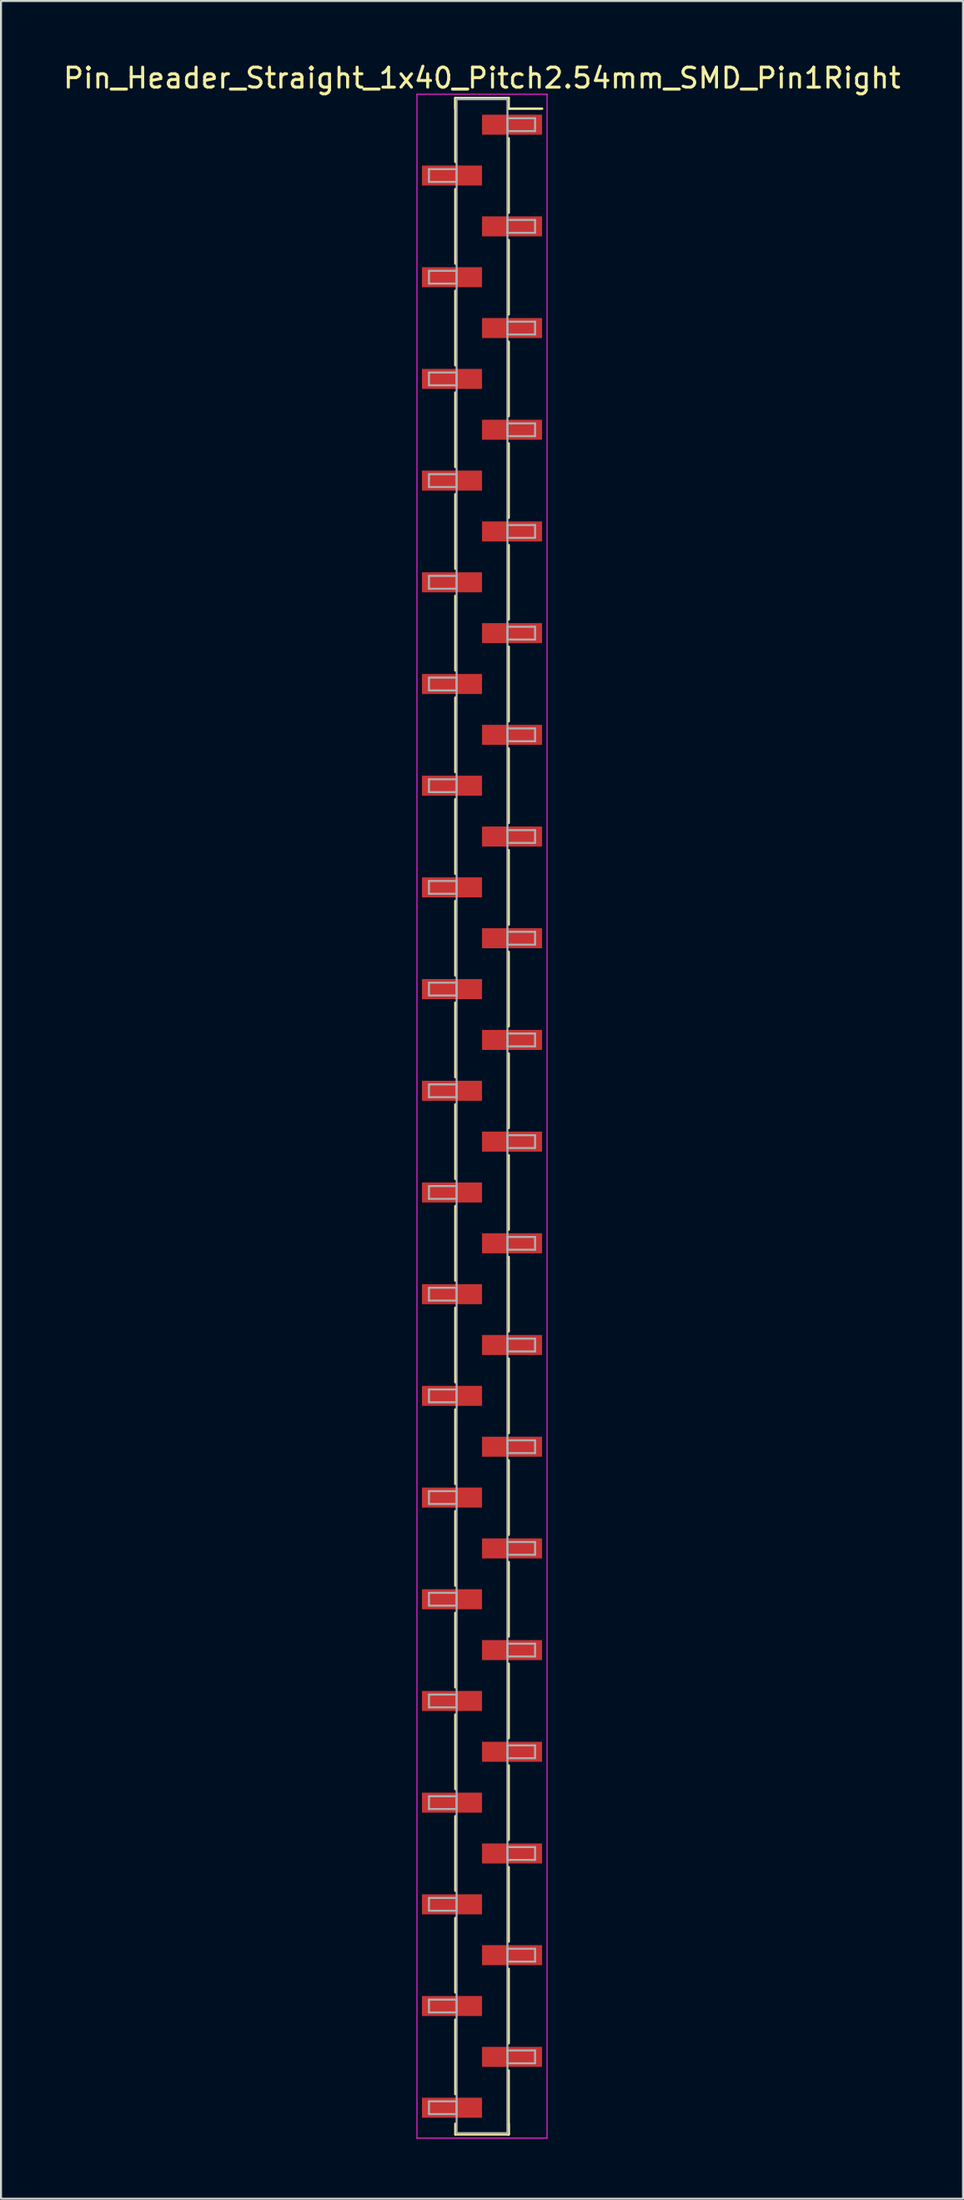
<source format=kicad_pcb>
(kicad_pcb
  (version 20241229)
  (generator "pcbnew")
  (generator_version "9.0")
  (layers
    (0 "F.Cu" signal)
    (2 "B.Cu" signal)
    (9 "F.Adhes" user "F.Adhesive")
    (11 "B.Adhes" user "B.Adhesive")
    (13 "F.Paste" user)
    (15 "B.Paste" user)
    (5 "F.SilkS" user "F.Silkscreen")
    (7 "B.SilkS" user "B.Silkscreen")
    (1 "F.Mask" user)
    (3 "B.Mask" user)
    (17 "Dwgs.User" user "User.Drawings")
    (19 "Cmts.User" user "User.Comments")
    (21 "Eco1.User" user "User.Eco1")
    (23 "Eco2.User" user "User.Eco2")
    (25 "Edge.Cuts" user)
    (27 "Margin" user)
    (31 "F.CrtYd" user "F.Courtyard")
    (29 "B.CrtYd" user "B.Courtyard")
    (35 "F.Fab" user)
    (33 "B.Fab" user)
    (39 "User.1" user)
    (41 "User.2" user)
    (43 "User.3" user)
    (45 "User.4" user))
  (footprint "Pin_Header_Straight_1x40_Pitch2.54mm_SMD_Pin1Right"
    (layer "F.Cu")
    (at 21.03 52.708)
    (property "Reference" "Pin_Header_Straight_1x40_Pitch2.54mm_SMD_Pin1Right" (at 0 -51.86 0) (layer "F.SilkS") (effects (font (size 1 1) (thickness 0.15))))
    (attr smd)
    (fp_line (start -1.33 -50.86) (end -1.33 -47.67) (stroke (width 0.12) (type solid)) (layer "F.SilkS"))
    (fp_line (start -1.33 -50.86) (end 1.33 -50.86) (stroke (width 0.12) (type solid)) (layer "F.SilkS"))
    (fp_line (start -1.33 -50.33) (end -1.33 -50.86) (stroke (width 0.12) (type solid)) (layer "F.SilkS"))
    (fp_line (start -1.33 -46.31) (end -1.33 -42.59) (stroke (width 0.12) (type solid)) (layer "F.SilkS"))
    (fp_line (start -1.33 -41.23) (end -1.33 -37.51) (stroke (width 0.12) (type solid)) (layer "F.SilkS"))
    (fp_line (start -1.33 -36.15) (end -1.33 -32.43) (stroke (width 0.12) (type solid)) (layer "F.SilkS"))
    (fp_line (start -1.33 -31.07) (end -1.33 -27.35) (stroke (width 0.12) (type solid)) (layer "F.SilkS"))
    (fp_line (start -1.33 -25.99) (end -1.33 -22.27) (stroke (width 0.12) (type solid)) (layer "F.SilkS"))
    (fp_line (start -1.33 -20.91) (end -1.33 -17.19) (stroke (width 0.12) (type solid)) (layer "F.SilkS"))
    (fp_line (start -1.33 -15.83) (end -1.33 -12.11) (stroke (width 0.12) (type solid)) (layer "F.SilkS"))
    (fp_line (start -1.33 -10.75) (end -1.33 -7.03) (stroke (width 0.12) (type solid)) (layer "F.SilkS"))
    (fp_line (start -1.33 -5.67) (end -1.33 -1.95) (stroke (width 0.12) (type solid)) (layer "F.SilkS"))
    (fp_line (start -1.33 -0.59) (end -1.33 3.13) (stroke (width 0.12) (type solid)) (layer "F.SilkS"))
    (fp_line (start -1.33 4.49) (end -1.33 8.21) (stroke (width 0.12) (type solid)) (layer "F.SilkS"))
    (fp_line (start -1.33 9.57) (end -1.33 13.29) (stroke (width 0.12) (type solid)) (layer "F.SilkS"))
    (fp_line (start -1.33 14.65) (end -1.33 18.37) (stroke (width 0.12) (type solid)) (layer "F.SilkS"))
    (fp_line (start -1.33 19.73) (end -1.33 23.45) (stroke (width 0.12) (type solid)) (layer "F.SilkS"))
    (fp_line (start -1.33 24.81) (end -1.33 28.53) (stroke (width 0.12) (type solid)) (layer "F.SilkS"))
    (fp_line (start -1.33 29.89) (end -1.33 33.61) (stroke (width 0.12) (type solid)) (layer "F.SilkS"))
    (fp_line (start -1.33 34.97) (end -1.33 38.69) (stroke (width 0.12) (type solid)) (layer "F.SilkS"))
    (fp_line (start -1.33 40.05) (end -1.33 43.77) (stroke (width 0.12) (type solid)) (layer "F.SilkS"))
    (fp_line (start -1.33 45.13) (end -1.33 48.85) (stroke (width 0.12) (type solid)) (layer "F.SilkS"))
    (fp_line (start -1.33 50.33) (end -1.33 50.86) (stroke (width 0.12) (type solid)) (layer "F.SilkS"))
    (fp_line (start -1.33 50.86) (end 1.33 50.86) (stroke (width 0.12) (type solid)) (layer "F.SilkS"))
    (fp_line (start 1.33 -50.86) (end 1.33 -50.33) (stroke (width 0.12) (type solid)) (layer "F.SilkS"))
    (fp_line (start 1.33 -50.33) (end 3 -50.33) (stroke (width 0.12) (type solid)) (layer "F.SilkS"))
    (fp_line (start 1.33 -48.85) (end 1.33 -45.13) (stroke (width 0.12) (type solid)) (layer "F.SilkS"))
    (fp_line (start 1.33 -43.77) (end 1.33 -40.05) (stroke (width 0.12) (type solid)) (layer "F.SilkS"))
    (fp_line (start 1.33 -38.69) (end 1.33 -34.97) (stroke (width 0.12) (type solid)) (layer "F.SilkS"))
    (fp_line (start 1.33 -33.61) (end 1.33 -29.89) (stroke (width 0.12) (type solid)) (layer "F.SilkS"))
    (fp_line (start 1.33 -28.53) (end 1.33 -24.81) (stroke (width 0.12) (type solid)) (layer "F.SilkS"))
    (fp_line (start 1.33 -23.45) (end 1.33 -19.73) (stroke (width 0.12) (type solid)) (layer "F.SilkS"))
    (fp_line (start 1.33 -18.37) (end 1.33 -14.65) (stroke (width 0.12) (type solid)) (layer "F.SilkS"))
    (fp_line (start 1.33 -13.29) (end 1.33 -9.57) (stroke (width 0.12) (type solid)) (layer "F.SilkS"))
    (fp_line (start 1.33 -8.21) (end 1.33 -4.49) (stroke (width 0.12) (type solid)) (layer "F.SilkS"))
    (fp_line (start 1.33 -3.13) (end 1.33 0.59) (stroke (width 0.12) (type solid)) (layer "F.SilkS"))
    (fp_line (start 1.33 1.95) (end 1.33 5.67) (stroke (width 0.12) (type solid)) (layer "F.SilkS"))
    (fp_line (start 1.33 7.03) (end 1.33 10.75) (stroke (width 0.12) (type solid)) (layer "F.SilkS"))
    (fp_line (start 1.33 12.11) (end 1.33 15.83) (stroke (width 0.12) (type solid)) (layer "F.SilkS"))
    (fp_line (start 1.33 17.19) (end 1.33 20.91) (stroke (width 0.12) (type solid)) (layer "F.SilkS"))
    (fp_line (start 1.33 22.27) (end 1.33 25.99) (stroke (width 0.12) (type solid)) (layer "F.SilkS"))
    (fp_line (start 1.33 27.35) (end 1.33 31.07) (stroke (width 0.12) (type solid)) (layer "F.SilkS"))
    (fp_line (start 1.33 32.43) (end 1.33 36.15) (stroke (width 0.12) (type solid)) (layer "F.SilkS"))
    (fp_line (start 1.33 37.51) (end 1.33 41.23) (stroke (width 0.12) (type solid)) (layer "F.SilkS"))
    (fp_line (start 1.33 42.59) (end 1.33 46.31) (stroke (width 0.12) (type solid)) (layer "F.SilkS"))
    (fp_line (start 1.33 47.67) (end 1.33 50.86) (stroke (width 0.12) (type solid)) (layer "F.SilkS"))
    (fp_line (start 1.33 50.86) (end 1.33 50.33) (stroke (width 0.12) (type solid)) (layer "F.SilkS"))
    (fp_line (start -3.25 -51.05) (end -3.25 51.05) (stroke (width 0.05) (type solid)) (layer "F.CrtYd"))
    (fp_line (start -3.25 51.05) (end 3.25 51.05) (stroke (width 0.05) (type solid)) (layer "F.CrtYd"))
    (fp_line (start 3.25 -51.05) (end -3.25 -51.05) (stroke (width 0.05) (type solid)) (layer "F.CrtYd"))
    (fp_line (start 3.25 51.05) (end 3.25 -51.05) (stroke (width 0.05) (type solid)) (layer "F.CrtYd"))
    (fp_line (start -2.65 -47.31) (end -1.27 -47.31) (stroke (width 0.1) (type solid)) (layer "F.Fab"))
    (fp_line (start -2.65 -46.67) (end -2.65 -47.31) (stroke (width 0.1) (type solid)) (layer "F.Fab"))
    (fp_line (start -2.65 -42.23) (end -1.27 -42.23) (stroke (width 0.1) (type solid)) (layer "F.Fab"))
    (fp_line (start -2.65 -41.59) (end -2.65 -42.23) (stroke (width 0.1) (type solid)) (layer "F.Fab"))
    (fp_line (start -2.65 -37.15) (end -1.27 -37.15) (stroke (width 0.1) (type solid)) (layer "F.Fab"))
    (fp_line (start -2.65 -36.51) (end -2.65 -37.15) (stroke (width 0.1) (type solid)) (layer "F.Fab"))
    (fp_line (start -2.65 -32.07) (end -1.27 -32.07) (stroke (width 0.1) (type solid)) (layer "F.Fab"))
    (fp_line (start -2.65 -31.43) (end -2.65 -32.07) (stroke (width 0.1) (type solid)) (layer "F.Fab"))
    (fp_line (start -2.65 -26.99) (end -1.27 -26.99) (stroke (width 0.1) (type solid)) (layer "F.Fab"))
    (fp_line (start -2.65 -26.35) (end -2.65 -26.99) (stroke (width 0.1) (type solid)) (layer "F.Fab"))
    (fp_line (start -2.65 -21.91) (end -1.27 -21.91) (stroke (width 0.1) (type solid)) (layer "F.Fab"))
    (fp_line (start -2.65 -21.27) (end -2.65 -21.91) (stroke (width 0.1) (type solid)) (layer "F.Fab"))
    (fp_line (start -2.65 -16.83) (end -1.27 -16.83) (stroke (width 0.1) (type solid)) (layer "F.Fab"))
    (fp_line (start -2.65 -16.19) (end -2.65 -16.83) (stroke (width 0.1) (type solid)) (layer "F.Fab"))
    (fp_line (start -2.65 -11.75) (end -1.27 -11.75) (stroke (width 0.1) (type solid)) (layer "F.Fab"))
    (fp_line (start -2.65 -11.11) (end -2.65 -11.75) (stroke (width 0.1) (type solid)) (layer "F.Fab"))
    (fp_line (start -2.65 -6.67) (end -1.27 -6.67) (stroke (width 0.1) (type solid)) (layer "F.Fab"))
    (fp_line (start -2.65 -6.03) (end -2.65 -6.67) (stroke (width 0.1) (type solid)) (layer "F.Fab"))
    (fp_line (start -2.65 -1.59) (end -1.27 -1.59) (stroke (width 0.1) (type solid)) (layer "F.Fab"))
    (fp_line (start -2.65 -0.95) (end -2.65 -1.59) (stroke (width 0.1) (type solid)) (layer "F.Fab"))
    (fp_line (start -2.65 3.49) (end -1.27 3.49) (stroke (width 0.1) (type solid)) (layer "F.Fab"))
    (fp_line (start -2.65 4.13) (end -2.65 3.49) (stroke (width 0.1) (type solid)) (layer "F.Fab"))
    (fp_line (start -2.65 8.57) (end -1.27 8.57) (stroke (width 0.1) (type solid)) (layer "F.Fab"))
    (fp_line (start -2.65 9.21) (end -2.65 8.57) (stroke (width 0.1) (type solid)) (layer "F.Fab"))
    (fp_line (start -2.65 13.65) (end -1.27 13.65) (stroke (width 0.1) (type solid)) (layer "F.Fab"))
    (fp_line (start -2.65 14.29) (end -2.65 13.65) (stroke (width 0.1) (type solid)) (layer "F.Fab"))
    (fp_line (start -2.65 18.73) (end -1.27 18.73) (stroke (width 0.1) (type solid)) (layer "F.Fab"))
    (fp_line (start -2.65 19.37) (end -2.65 18.73) (stroke (width 0.1) (type solid)) (layer "F.Fab"))
    (fp_line (start -2.65 23.81) (end -1.27 23.81) (stroke (width 0.1) (type solid)) (layer "F.Fab"))
    (fp_line (start -2.65 24.45) (end -2.65 23.81) (stroke (width 0.1) (type solid)) (layer "F.Fab"))
    (fp_line (start -2.65 28.89) (end -1.27 28.89) (stroke (width 0.1) (type solid)) (layer "F.Fab"))
    (fp_line (start -2.65 29.53) (end -2.65 28.89) (stroke (width 0.1) (type solid)) (layer "F.Fab"))
    (fp_line (start -2.65 33.97) (end -1.27 33.97) (stroke (width 0.1) (type solid)) (layer "F.Fab"))
    (fp_line (start -2.65 34.61) (end -2.65 33.97) (stroke (width 0.1) (type solid)) (layer "F.Fab"))
    (fp_line (start -2.65 39.05) (end -1.27 39.05) (stroke (width 0.1) (type solid)) (layer "F.Fab"))
    (fp_line (start -2.65 39.69) (end -2.65 39.05) (stroke (width 0.1) (type solid)) (layer "F.Fab"))
    (fp_line (start -2.65 44.13) (end -1.27 44.13) (stroke (width 0.1) (type solid)) (layer "F.Fab"))
    (fp_line (start -2.65 44.77) (end -2.65 44.13) (stroke (width 0.1) (type solid)) (layer "F.Fab"))
    (fp_line (start -2.65 49.21) (end -1.27 49.21) (stroke (width 0.1) (type solid)) (layer "F.Fab"))
    (fp_line (start -2.65 49.85) (end -2.65 49.21) (stroke (width 0.1) (type solid)) (layer "F.Fab"))
    (fp_line (start -1.27 -50.8) (end -1.27 50.8) (stroke (width 0.1) (type solid)) (layer "F.Fab"))
    (fp_line (start -1.27 -47.31) (end -1.27 -46.67) (stroke (width 0.1) (type solid)) (layer "F.Fab"))
    (fp_line (start -1.27 -46.67) (end -2.65 -46.67) (stroke (width 0.1) (type solid)) (layer "F.Fab"))
    (fp_line (start -1.27 -42.23) (end -1.27 -41.59) (stroke (width 0.1) (type solid)) (layer "F.Fab"))
    (fp_line (start -1.27 -41.59) (end -2.65 -41.59) (stroke (width 0.1) (type solid)) (layer "F.Fab"))
    (fp_line (start -1.27 -37.15) (end -1.27 -36.51) (stroke (width 0.1) (type solid)) (layer "F.Fab"))
    (fp_line (start -1.27 -36.51) (end -2.65 -36.51) (stroke (width 0.1) (type solid)) (layer "F.Fab"))
    (fp_line (start -1.27 -32.07) (end -1.27 -31.43) (stroke (width 0.1) (type solid)) (layer "F.Fab"))
    (fp_line (start -1.27 -31.43) (end -2.65 -31.43) (stroke (width 0.1) (type solid)) (layer "F.Fab"))
    (fp_line (start -1.27 -26.99) (end -1.27 -26.35) (stroke (width 0.1) (type solid)) (layer "F.Fab"))
    (fp_line (start -1.27 -26.35) (end -2.65 -26.35) (stroke (width 0.1) (type solid)) (layer "F.Fab"))
    (fp_line (start -1.27 -21.91) (end -1.27 -21.27) (stroke (width 0.1) (type solid)) (layer "F.Fab"))
    (fp_line (start -1.27 -21.27) (end -2.65 -21.27) (stroke (width 0.1) (type solid)) (layer "F.Fab"))
    (fp_line (start -1.27 -16.83) (end -1.27 -16.19) (stroke (width 0.1) (type solid)) (layer "F.Fab"))
    (fp_line (start -1.27 -16.19) (end -2.65 -16.19) (stroke (width 0.1) (type solid)) (layer "F.Fab"))
    (fp_line (start -1.27 -11.75) (end -1.27 -11.11) (stroke (width 0.1) (type solid)) (layer "F.Fab"))
    (fp_line (start -1.27 -11.11) (end -2.65 -11.11) (stroke (width 0.1) (type solid)) (layer "F.Fab"))
    (fp_line (start -1.27 -6.67) (end -1.27 -6.03) (stroke (width 0.1) (type solid)) (layer "F.Fab"))
    (fp_line (start -1.27 -6.03) (end -2.65 -6.03) (stroke (width 0.1) (type solid)) (layer "F.Fab"))
    (fp_line (start -1.27 -1.59) (end -1.27 -0.95) (stroke (width 0.1) (type solid)) (layer "F.Fab"))
    (fp_line (start -1.27 -0.95) (end -2.65 -0.95) (stroke (width 0.1) (type solid)) (layer "F.Fab"))
    (fp_line (start -1.27 3.49) (end -1.27 4.13) (stroke (width 0.1) (type solid)) (layer "F.Fab"))
    (fp_line (start -1.27 4.13) (end -2.65 4.13) (stroke (width 0.1) (type solid)) (layer "F.Fab"))
    (fp_line (start -1.27 8.57) (end -1.27 9.21) (stroke (width 0.1) (type solid)) (layer "F.Fab"))
    (fp_line (start -1.27 9.21) (end -2.65 9.21) (stroke (width 0.1) (type solid)) (layer "F.Fab"))
    (fp_line (start -1.27 13.65) (end -1.27 14.29) (stroke (width 0.1) (type solid)) (layer "F.Fab"))
    (fp_line (start -1.27 14.29) (end -2.65 14.29) (stroke (width 0.1) (type solid)) (layer "F.Fab"))
    (fp_line (start -1.27 18.73) (end -1.27 19.37) (stroke (width 0.1) (type solid)) (layer "F.Fab"))
    (fp_line (start -1.27 19.37) (end -2.65 19.37) (stroke (width 0.1) (type solid)) (layer "F.Fab"))
    (fp_line (start -1.27 23.81) (end -1.27 24.45) (stroke (width 0.1) (type solid)) (layer "F.Fab"))
    (fp_line (start -1.27 24.45) (end -2.65 24.45) (stroke (width 0.1) (type solid)) (layer "F.Fab"))
    (fp_line (start -1.27 28.89) (end -1.27 29.53) (stroke (width 0.1) (type solid)) (layer "F.Fab"))
    (fp_line (start -1.27 29.53) (end -2.65 29.53) (stroke (width 0.1) (type solid)) (layer "F.Fab"))
    (fp_line (start -1.27 33.97) (end -1.27 34.61) (stroke (width 0.1) (type solid)) (layer "F.Fab"))
    (fp_line (start -1.27 34.61) (end -2.65 34.61) (stroke (width 0.1) (type solid)) (layer "F.Fab"))
    (fp_line (start -1.27 39.05) (end -1.27 39.69) (stroke (width 0.1) (type solid)) (layer "F.Fab"))
    (fp_line (start -1.27 39.69) (end -2.65 39.69) (stroke (width 0.1) (type solid)) (layer "F.Fab"))
    (fp_line (start -1.27 44.13) (end -1.27 44.77) (stroke (width 0.1) (type solid)) (layer "F.Fab"))
    (fp_line (start -1.27 44.77) (end -2.65 44.77) (stroke (width 0.1) (type solid)) (layer "F.Fab"))
    (fp_line (start -1.27 49.21) (end -1.27 49.85) (stroke (width 0.1) (type solid)) (layer "F.Fab"))
    (fp_line (start -1.27 49.85) (end -2.65 49.85) (stroke (width 0.1) (type solid)) (layer "F.Fab"))
    (fp_line (start -1.27 50.8) (end 1.27 50.8) (stroke (width 0.1) (type solid)) (layer "F.Fab"))
    (fp_line (start 1.27 -50.8) (end -1.27 -50.8) (stroke (width 0.1) (type solid)) (layer "F.Fab"))
    (fp_line (start 1.27 -49.85) (end 1.27 -49.21) (stroke (width 0.1) (type solid)) (layer "F.Fab"))
    (fp_line (start 1.27 -49.21) (end 2.65 -49.21) (stroke (width 0.1) (type solid)) (layer "F.Fab"))
    (fp_line (start 1.27 -44.77) (end 1.27 -44.13) (stroke (width 0.1) (type solid)) (layer "F.Fab"))
    (fp_line (start 1.27 -44.13) (end 2.65 -44.13) (stroke (width 0.1) (type solid)) (layer "F.Fab"))
    (fp_line (start 1.27 -39.69) (end 1.27 -39.05) (stroke (width 0.1) (type solid)) (layer "F.Fab"))
    (fp_line (start 1.27 -39.05) (end 2.65 -39.05) (stroke (width 0.1) (type solid)) (layer "F.Fab"))
    (fp_line (start 1.27 -34.61) (end 1.27 -33.97) (stroke (width 0.1) (type solid)) (layer "F.Fab"))
    (fp_line (start 1.27 -33.97) (end 2.65 -33.97) (stroke (width 0.1) (type solid)) (layer "F.Fab"))
    (fp_line (start 1.27 -29.53) (end 1.27 -28.89) (stroke (width 0.1) (type solid)) (layer "F.Fab"))
    (fp_line (start 1.27 -28.89) (end 2.65 -28.89) (stroke (width 0.1) (type solid)) (layer "F.Fab"))
    (fp_line (start 1.27 -24.45) (end 1.27 -23.81) (stroke (width 0.1) (type solid)) (layer "F.Fab"))
    (fp_line (start 1.27 -23.81) (end 2.65 -23.81) (stroke (width 0.1) (type solid)) (layer "F.Fab"))
    (fp_line (start 1.27 -19.37) (end 1.27 -18.73) (stroke (width 0.1) (type solid)) (layer "F.Fab"))
    (fp_line (start 1.27 -18.73) (end 2.65 -18.73) (stroke (width 0.1) (type solid)) (layer "F.Fab"))
    (fp_line (start 1.27 -14.29) (end 1.27 -13.65) (stroke (width 0.1) (type solid)) (layer "F.Fab"))
    (fp_line (start 1.27 -13.65) (end 2.65 -13.65) (stroke (width 0.1) (type solid)) (layer "F.Fab"))
    (fp_line (start 1.27 -9.21) (end 1.27 -8.57) (stroke (width 0.1) (type solid)) (layer "F.Fab"))
    (fp_line (start 1.27 -8.57) (end 2.65 -8.57) (stroke (width 0.1) (type solid)) (layer "F.Fab"))
    (fp_line (start 1.27 -4.13) (end 1.27 -3.49) (stroke (width 0.1) (type solid)) (layer "F.Fab"))
    (fp_line (start 1.27 -3.49) (end 2.65 -3.49) (stroke (width 0.1) (type solid)) (layer "F.Fab"))
    (fp_line (start 1.27 0.95) (end 1.27 1.59) (stroke (width 0.1) (type solid)) (layer "F.Fab"))
    (fp_line (start 1.27 1.59) (end 2.65 1.59) (stroke (width 0.1) (type solid)) (layer "F.Fab"))
    (fp_line (start 1.27 6.03) (end 1.27 6.67) (stroke (width 0.1) (type solid)) (layer "F.Fab"))
    (fp_line (start 1.27 6.67) (end 2.65 6.67) (stroke (width 0.1) (type solid)) (layer "F.Fab"))
    (fp_line (start 1.27 11.11) (end 1.27 11.75) (stroke (width 0.1) (type solid)) (layer "F.Fab"))
    (fp_line (start 1.27 11.75) (end 2.65 11.75) (stroke (width 0.1) (type solid)) (layer "F.Fab"))
    (fp_line (start 1.27 16.19) (end 1.27 16.83) (stroke (width 0.1) (type solid)) (layer "F.Fab"))
    (fp_line (start 1.27 16.83) (end 2.65 16.83) (stroke (width 0.1) (type solid)) (layer "F.Fab"))
    (fp_line (start 1.27 21.27) (end 1.27 21.91) (stroke (width 0.1) (type solid)) (layer "F.Fab"))
    (fp_line (start 1.27 21.91) (end 2.65 21.91) (stroke (width 0.1) (type solid)) (layer "F.Fab"))
    (fp_line (start 1.27 26.35) (end 1.27 26.99) (stroke (width 0.1) (type solid)) (layer "F.Fab"))
    (fp_line (start 1.27 26.99) (end 2.65 26.99) (stroke (width 0.1) (type solid)) (layer "F.Fab"))
    (fp_line (start 1.27 31.43) (end 1.27 32.07) (stroke (width 0.1) (type solid)) (layer "F.Fab"))
    (fp_line (start 1.27 32.07) (end 2.65 32.07) (stroke (width 0.1) (type solid)) (layer "F.Fab"))
    (fp_line (start 1.27 36.51) (end 1.27 37.15) (stroke (width 0.1) (type solid)) (layer "F.Fab"))
    (fp_line (start 1.27 37.15) (end 2.65 37.15) (stroke (width 0.1) (type solid)) (layer "F.Fab"))
    (fp_line (start 1.27 41.59) (end 1.27 42.23) (stroke (width 0.1) (type solid)) (layer "F.Fab"))
    (fp_line (start 1.27 42.23) (end 2.65 42.23) (stroke (width 0.1) (type solid)) (layer "F.Fab"))
    (fp_line (start 1.27 46.67) (end 1.27 47.31) (stroke (width 0.1) (type solid)) (layer "F.Fab"))
    (fp_line (start 1.27 47.31) (end 2.65 47.31) (stroke (width 0.1) (type solid)) (layer "F.Fab"))
    (fp_line (start 1.27 50.8) (end 1.27 -50.8) (stroke (width 0.1) (type solid)) (layer "F.Fab"))
    (fp_line (start 2.65 -49.85) (end 1.27 -49.85) (stroke (width 0.1) (type solid)) (layer "F.Fab"))
    (fp_line (start 2.65 -49.21) (end 2.65 -49.85) (stroke (width 0.1) (type solid)) (layer "F.Fab"))
    (fp_line (start 2.65 -44.77) (end 1.27 -44.77) (stroke (width 0.1) (type solid)) (layer "F.Fab"))
    (fp_line (start 2.65 -44.13) (end 2.65 -44.77) (stroke (width 0.1) (type solid)) (layer "F.Fab"))
    (fp_line (start 2.65 -39.69) (end 1.27 -39.69) (stroke (width 0.1) (type solid)) (layer "F.Fab"))
    (fp_line (start 2.65 -39.05) (end 2.65 -39.69) (stroke (width 0.1) (type solid)) (layer "F.Fab"))
    (fp_line (start 2.65 -34.61) (end 1.27 -34.61) (stroke (width 0.1) (type solid)) (layer "F.Fab"))
    (fp_line (start 2.65 -33.97) (end 2.65 -34.61) (stroke (width 0.1) (type solid)) (layer "F.Fab"))
    (fp_line (start 2.65 -29.53) (end 1.27 -29.53) (stroke (width 0.1) (type solid)) (layer "F.Fab"))
    (fp_line (start 2.65 -28.89) (end 2.65 -29.53) (stroke (width 0.1) (type solid)) (layer "F.Fab"))
    (fp_line (start 2.65 -24.45) (end 1.27 -24.45) (stroke (width 0.1) (type solid)) (layer "F.Fab"))
    (fp_line (start 2.65 -23.81) (end 2.65 -24.45) (stroke (width 0.1) (type solid)) (layer "F.Fab"))
    (fp_line (start 2.65 -19.37) (end 1.27 -19.37) (stroke (width 0.1) (type solid)) (layer "F.Fab"))
    (fp_line (start 2.65 -18.73) (end 2.65 -19.37) (stroke (width 0.1) (type solid)) (layer "F.Fab"))
    (fp_line (start 2.65 -14.29) (end 1.27 -14.29) (stroke (width 0.1) (type solid)) (layer "F.Fab"))
    (fp_line (start 2.65 -13.65) (end 2.65 -14.29) (stroke (width 0.1) (type solid)) (layer "F.Fab"))
    (fp_line (start 2.65 -9.21) (end 1.27 -9.21) (stroke (width 0.1) (type solid)) (layer "F.Fab"))
    (fp_line (start 2.65 -8.57) (end 2.65 -9.21) (stroke (width 0.1) (type solid)) (layer "F.Fab"))
    (fp_line (start 2.65 -4.13) (end 1.27 -4.13) (stroke (width 0.1) (type solid)) (layer "F.Fab"))
    (fp_line (start 2.65 -3.49) (end 2.65 -4.13) (stroke (width 0.1) (type solid)) (layer "F.Fab"))
    (fp_line (start 2.65 0.95) (end 1.27 0.95) (stroke (width 0.1) (type solid)) (layer "F.Fab"))
    (fp_line (start 2.65 1.59) (end 2.65 0.95) (stroke (width 0.1) (type solid)) (layer "F.Fab"))
    (fp_line (start 2.65 6.03) (end 1.27 6.03) (stroke (width 0.1) (type solid)) (layer "F.Fab"))
    (fp_line (start 2.65 6.67) (end 2.65 6.03) (stroke (width 0.1) (type solid)) (layer "F.Fab"))
    (fp_line (start 2.65 11.11) (end 1.27 11.11) (stroke (width 0.1) (type solid)) (layer "F.Fab"))
    (fp_line (start 2.65 11.75) (end 2.65 11.11) (stroke (width 0.1) (type solid)) (layer "F.Fab"))
    (fp_line (start 2.65 16.19) (end 1.27 16.19) (stroke (width 0.1) (type solid)) (layer "F.Fab"))
    (fp_line (start 2.65 16.83) (end 2.65 16.19) (stroke (width 0.1) (type solid)) (layer "F.Fab"))
    (fp_line (start 2.65 21.27) (end 1.27 21.27) (stroke (width 0.1) (type solid)) (layer "F.Fab"))
    (fp_line (start 2.65 21.91) (end 2.65 21.27) (stroke (width 0.1) (type solid)) (layer "F.Fab"))
    (fp_line (start 2.65 26.35) (end 1.27 26.35) (stroke (width 0.1) (type solid)) (layer "F.Fab"))
    (fp_line (start 2.65 26.99) (end 2.65 26.35) (stroke (width 0.1) (type solid)) (layer "F.Fab"))
    (fp_line (start 2.65 31.43) (end 1.27 31.43) (stroke (width 0.1) (type solid)) (layer "F.Fab"))
    (fp_line (start 2.65 32.07) (end 2.65 31.43) (stroke (width 0.1) (type solid)) (layer "F.Fab"))
    (fp_line (start 2.65 36.51) (end 1.27 36.51) (stroke (width 0.1) (type solid)) (layer "F.Fab"))
    (fp_line (start 2.65 37.15) (end 2.65 36.51) (stroke (width 0.1) (type solid)) (layer "F.Fab"))
    (fp_line (start 2.65 41.59) (end 1.27 41.59) (stroke (width 0.1) (type solid)) (layer "F.Fab"))
    (fp_line (start 2.65 42.23) (end 2.65 41.59) (stroke (width 0.1) (type solid)) (layer "F.Fab"))
    (fp_line (start 2.65 46.67) (end 1.27 46.67) (stroke (width 0.1) (type solid)) (layer "F.Fab"))
    (fp_line (start 2.65 47.31) (end 2.65 46.67) (stroke (width 0.1) (type solid)) (layer "F.Fab"))
    (pad "1" smd rect (at 1.5 -49.53) (size 3 1) (layers "F.Cu" "F.Mask"))
    (pad "2" smd rect (at -1.5 -46.99) (size 3 1) (layers "F.Cu" "F.Mask"))
    (pad "3" smd rect (at 1.5 -44.45) (size 3 1) (layers "F.Cu" "F.Mask"))
    (pad "4" smd rect (at -1.5 -41.91) (size 3 1) (layers "F.Cu" "F.Mask"))
    (pad "5" smd rect (at 1.5 -39.37) (size 3 1) (layers "F.Cu" "F.Mask"))
    (pad "6" smd rect (at -1.5 -36.83) (size 3 1) (layers "F.Cu" "F.Mask"))
    (pad "7" smd rect (at 1.5 -34.29) (size 3 1) (layers "F.Cu" "F.Mask"))
    (pad "8" smd rect (at -1.5 -31.75) (size 3 1) (layers "F.Cu" "F.Mask"))
    (pad "9" smd rect (at 1.5 -29.21) (size 3 1) (layers "F.Cu" "F.Mask"))
    (pad "10" smd rect (at -1.5 -26.67) (size 3 1) (layers "F.Cu" "F.Mask"))
    (pad "11" smd rect (at 1.5 -24.13) (size 3 1) (layers "F.Cu" "F.Mask"))
    (pad "12" smd rect (at -1.5 -21.59) (size 3 1) (layers "F.Cu" "F.Mask"))
    (pad "13" smd rect (at 1.5 -19.05) (size 3 1) (layers "F.Cu" "F.Mask"))
    (pad "14" smd rect (at -1.5 -16.51) (size 3 1) (layers "F.Cu" "F.Mask"))
    (pad "15" smd rect (at 1.5 -13.97) (size 3 1) (layers "F.Cu" "F.Mask"))
    (pad "16" smd rect (at -1.5 -11.43) (size 3 1) (layers "F.Cu" "F.Mask"))
    (pad "17" smd rect (at 1.5 -8.89) (size 3 1) (layers "F.Cu" "F.Mask"))
    (pad "18" smd rect (at -1.5 -6.35) (size 3 1) (layers "F.Cu" "F.Mask"))
    (pad "19" smd rect (at 1.5 -3.81) (size 3 1) (layers "F.Cu" "F.Mask"))
    (pad "20" smd rect (at -1.5 -1.27) (size 3 1) (layers "F.Cu" "F.Mask"))
    (pad "21" smd rect (at 1.5 1.27) (size 3 1) (layers "F.Cu" "F.Mask"))
    (pad "22" smd rect (at -1.5 3.81) (size 3 1) (layers "F.Cu" "F.Mask"))
    (pad "23" smd rect (at 1.5 6.35) (size 3 1) (layers "F.Cu" "F.Mask"))
    (pad "24" smd rect (at -1.5 8.89) (size 3 1) (layers "F.Cu" "F.Mask"))
    (pad "25" smd rect (at 1.5 11.43) (size 3 1) (layers "F.Cu" "F.Mask"))
    (pad "26" smd rect (at -1.5 13.97) (size 3 1) (layers "F.Cu" "F.Mask"))
    (pad "27" smd rect (at 1.5 16.51) (size 3 1) (layers "F.Cu" "F.Mask"))
    (pad "28" smd rect (at -1.5 19.05) (size 3 1) (layers "F.Cu" "F.Mask"))
    (pad "29" smd rect (at 1.5 21.59) (size 3 1) (layers "F.Cu" "F.Mask"))
    (pad "30" smd rect (at -1.5 24.13) (size 3 1) (layers "F.Cu" "F.Mask"))
    (pad "31" smd rect (at 1.5 26.67) (size 3 1) (layers "F.Cu" "F.Mask"))
    (pad "32" smd rect (at -1.5 29.21) (size 3 1) (layers "F.Cu" "F.Mask"))
    (pad "33" smd rect (at 1.5 31.75) (size 3 1) (layers "F.Cu" "F.Mask"))
    (pad "34" smd rect (at -1.5 34.29) (size 3 1) (layers "F.Cu" "F.Mask"))
    (pad "35" smd rect (at 1.5 36.83) (size 3 1) (layers "F.Cu" "F.Mask"))
    (pad "36" smd rect (at -1.5 39.37) (size 3 1) (layers "F.Cu" "F.Mask"))
    (pad "37" smd rect (at 1.5 41.91) (size 3 1) (layers "F.Cu" "F.Mask"))
    (pad "38" smd rect (at -1.5 44.45) (size 3 1) (layers "F.Cu" "F.Mask"))
    (pad "39" smd rect (at 1.5 46.99) (size 3 1) (layers "F.Cu" "F.Mask"))
    (pad "40" smd rect (at -1.5 49.53) (size 3 1) (layers "F.Cu" "F.Mask")))
  (gr_rect
    (start -3 -3)
    (end 45.06 106.783)
    (stroke (width 0.1) (type default))
    (fill no)
    (layer "Edge.Cuts")))
</source>
